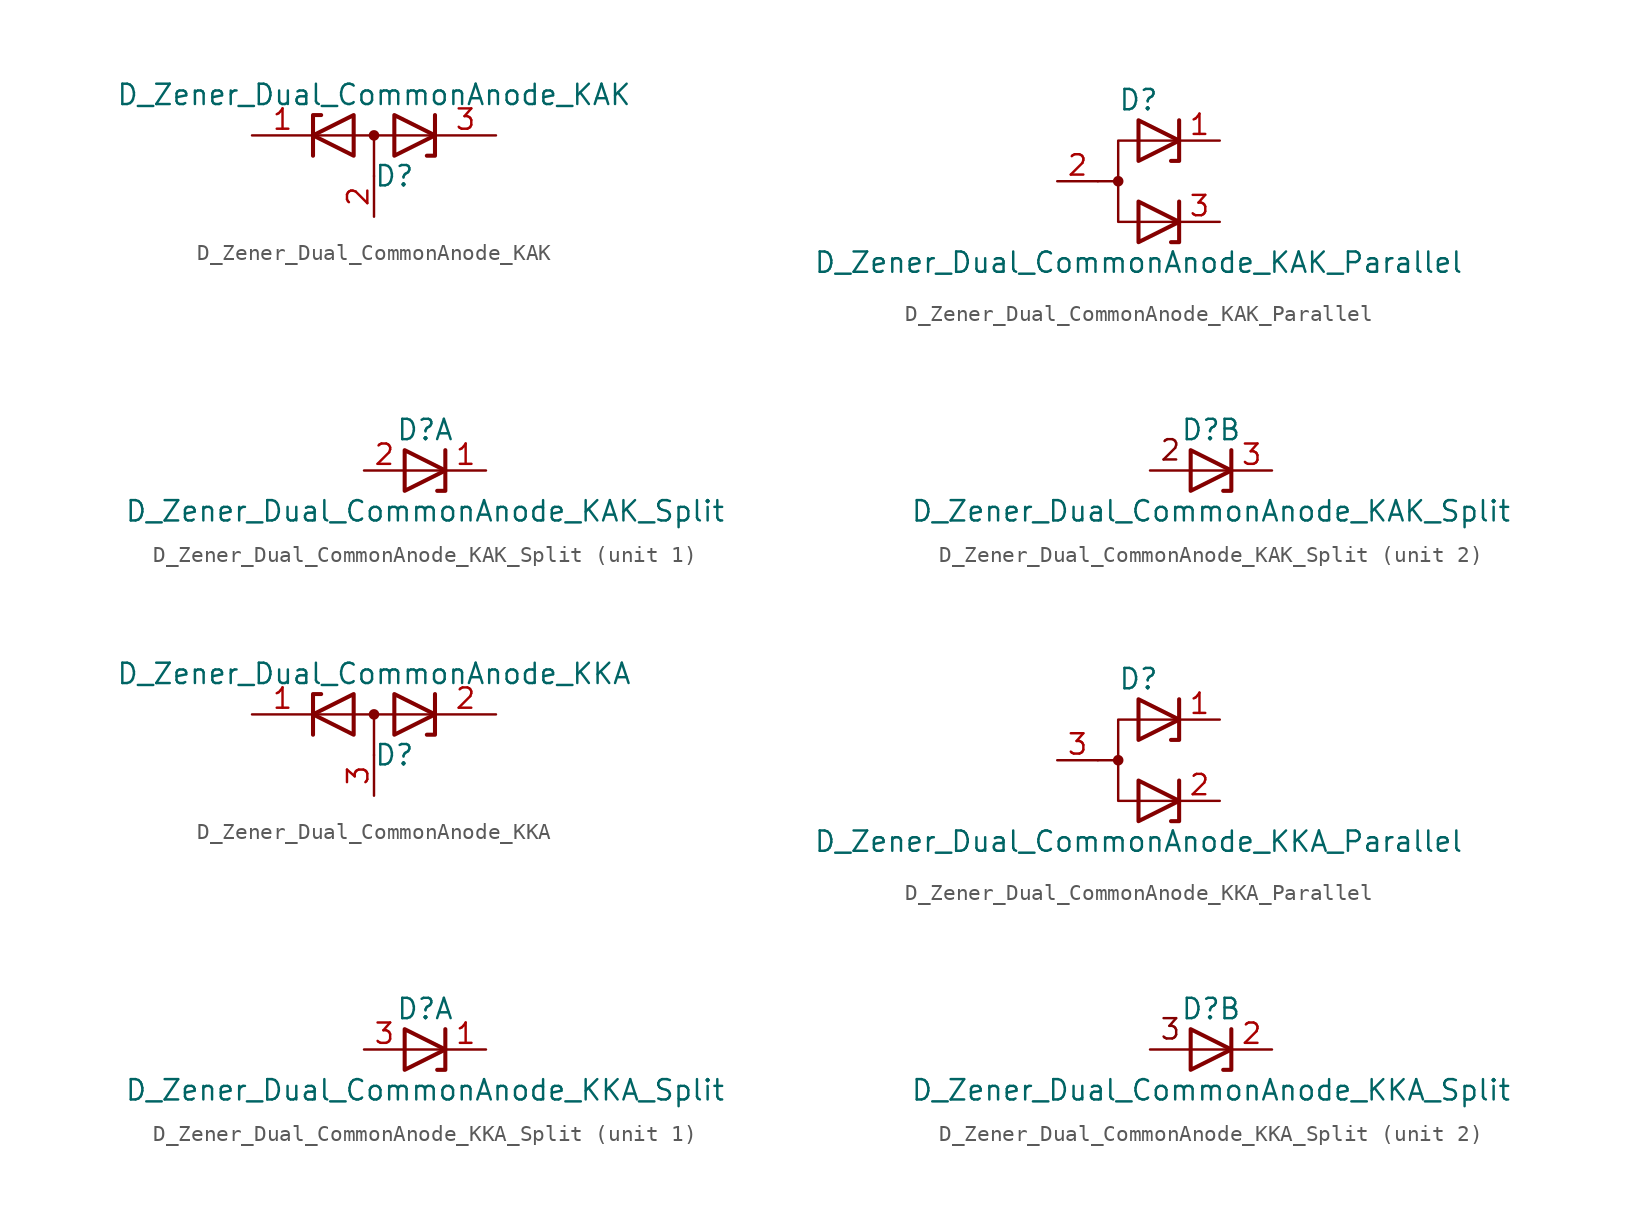
<source format=kicad_sym>
(kicad_symbol_lib
  (version 20201005)
  (generator kicad_symbol_editor)
  (symbol "D_Zener_Dual_CommonAnode_KAK"
    (pin_names
      (offset 0.762) hide)
    (property "Reference" "D"
      (at 1.27 -2.54 0)
      (effects (font (size 1.27 1.27))))
    (property "Value" "D_Zener_Dual_CommonAnode_KAK"
      (at 0 2.54 0)
      (effects (font (size 1.27 1.27))))
    (symbol "D_Zener_Dual_CommonAnode_KAK_0_1"
      (circle (center 0 0) (radius 0.254) (stroke (width 0)) (fill (type outline)))
      (polyline (pts (xy -3.556 0) (xy 3.81 0)) (stroke (width 0)) (fill (type none)))
      (polyline (pts (xy 0 0) (xy 0 -2.54)) (stroke (width 0)) (fill (type none)))
      (polyline (pts (xy -3.81 -1.27) (xy -3.81 1.27) (xy -3.302 1.27)) (stroke (width 0.254)) (fill (type none)))
      (polyline (pts (xy 3.302 -1.27) (xy 3.81 -1.27) (xy 3.81 1.27)) (stroke (width 0.254)) (fill (type none)))
      (polyline (pts (xy -1.27 -1.27) (xy -3.81 0) (xy -1.27 1.27) (xy -1.27 -1.27) (xy -1.27 -1.27) (xy -1.27 -1.27)) (stroke (width 0.254)) (fill (type none)))
      (polyline (pts (xy 1.27 1.27) (xy 3.81 0) (xy 1.27 -1.27) (xy 1.27 1.27) (xy 1.27 1.27) (xy 1.27 1.27)) (stroke (width 0.254)) (fill (type none)))
      (pin passive line (at -7.62 0 0) (length 3.81) (name "K" (effects (font (size 1.27 1.27)))) (number "1" (effects (font (size 1.27 1.27)))))
      (pin passive line (at 0 -5.08 90) (length 2.54) (name "A" (effects (font (size 1.27 1.27)))) (number "2" (effects (font (size 1.27 1.27)))))
      (pin passive line (at 7.62 0 180) (length 3.81) (name "K" (effects (font (size 1.27 1.27)))) (number "3" (effects (font (size 1.27 1.27)))))))
  (symbol "D_Zener_Dual_CommonAnode_KAK_Parallel"
    (pin_names
      (offset 0.762) hide)
    (property "Reference" "D"
      (at 0 5.08 0)
      (effects (font (size 1.27 1.27))))
    (property "Value" "D_Zener_Dual_CommonAnode_KAK_Parallel"
      (at 0 -5.08 0)
      (effects (font (size 1.27 1.27))))
    (symbol "D_Zener_Dual_CommonAnode_KAK_Parallel_0_0"
      (polyline (pts (xy 2.032 1.27) (xy 2.54 1.27) (xy 2.54 3.81)) (stroke (width 0.254)) (fill (type none)))
      (polyline (pts (xy 2.54 -1.27) (xy 2.54 -3.81) (xy 2.032 -3.81)) (stroke (width 0.254)) (fill (type none))))
    (symbol "D_Zener_Dual_CommonAnode_KAK_Parallel_0_1"
      (circle (center -1.27 0) (radius 0.254) (stroke (width 0)) (fill (type outline)))
      (polyline (pts (xy -1.27 0) (xy -2.54 0)) (stroke (width 0)) (fill (type none)))
      (polyline (pts (xy 2.54 2.54) (xy -1.27 2.54) (xy -1.27 -2.54) (xy 2.54 -2.54)) (stroke (width 0)) (fill (type none)))
      (polyline (pts (xy 0 -1.27) (xy 2.54 -2.54) (xy 0 -3.81) (xy 0 -1.27) (xy 0 -1.27) (xy 0 -1.27)) (stroke (width 0.254)) (fill (type none)))
      (polyline (pts (xy 0 3.81) (xy 2.54 2.54) (xy 0 1.27) (xy 0 3.81) (xy 0 3.81) (xy 0 3.81)) (stroke (width 0.254)) (fill (type none)))
      (pin passive line (at 5.08 2.54 180) (length 2.54) (name "K" (effects (font (size 1.27 1.27)))) (number "1" (effects (font (size 1.27 1.27)))))
      (pin passive line (at -5.08 0 0) (length 2.54) (name "A" (effects (font (size 1.27 1.27)))) (number "2" (effects (font (size 1.27 1.27)))))
      (pin passive line (at 5.08 -2.54 180) (length 2.54) (name "K" (effects (font (size 1.27 1.27)))) (number "3" (effects (font (size 1.27 1.27)))))))
  (symbol "D_Zener_Dual_CommonAnode_KAK_Split"
    (pin_names
      (offset 0.762) hide)
    (property "Reference" "D"
      (at 0 2.54 0)
      (effects (font (size 1.27 1.27))))
    (property "Value" "D_Zener_Dual_CommonAnode_KAK_Split"
      (at 0 -2.54 0)
      (effects (font (size 1.27 1.27))))
    (property "ki_locked" ""
      (at 0 0 0)
      (effects (font (size 1.27 1.27))))
    (symbol "D_Zener_Dual_CommonAnode_KAK_Split_0_0"
      (polyline (pts (xy 1.27 1.27) (xy 1.27 -1.27) (xy 0.762 -1.27)) (stroke (width 0.254)) (fill (type none))))
    (symbol "D_Zener_Dual_CommonAnode_KAK_Split_0_1"
      (polyline (pts (xy -1.27 1.27) (xy 1.27 0) (xy -1.27 -1.27) (xy -1.27 1.27) (xy -1.27 1.27) (xy -1.27 1.27)) (stroke (width 0.254)) (fill (type none))))
    (symbol "D_Zener_Dual_CommonAnode_KAK_Split_1_1"
      (polyline (pts (xy 1.27 0) (xy -1.27 0)) (stroke (width 0)) (fill (type none)))
      (pin passive line (at 3.81 0 180) (length 2.54) (name "K" (effects (font (size 1.27 1.27)))) (number "1" (effects (font (size 1.27 1.27)))))
      (pin passive line (at -3.81 0 0) (length 2.54) (name "A" (effects (font (size 1.27 1.27)))) (number "2" (effects (font (size 1.27 1.27))))))
    (symbol "D_Zener_Dual_CommonAnode_KAK_Split_2_0"
      (text "2" (at -2.54 1.27 0) (effects (font (size 1.27 1.27))))
      (polyline (pts (xy 1.27 0) (xy -3.81 0)) (stroke (width 0)) (fill (type none))))
    (symbol "D_Zener_Dual_CommonAnode_KAK_Split_2_1"
      (pin passive line (at 3.81 0 180) (length 2.54) (name "K" (effects (font (size 1.27 1.27)))) (number "3" (effects (font (size 1.27 1.27)))))))
  (symbol "D_Zener_Dual_CommonAnode_KKA"
    (pin_names
      (offset 0.762) hide)
    (property "Reference" "D"
      (at 1.27 -2.54 0)
      (effects (font (size 1.27 1.27))))
    (property "Value" "D_Zener_Dual_CommonAnode_KKA"
      (at 0 2.54 0)
      (effects (font (size 1.27 1.27))))
    (symbol "D_Zener_Dual_CommonAnode_KKA_0_1"
      (circle (center 0 0) (radius 0.254) (stroke (width 0)) (fill (type outline)))
      (polyline (pts (xy -3.556 0) (xy 3.81 0)) (stroke (width 0)) (fill (type none)))
      (polyline (pts (xy 0 0) (xy 0 -2.54)) (stroke (width 0)) (fill (type none)))
      (polyline (pts (xy -3.81 -1.27) (xy -3.81 1.27) (xy -3.302 1.27)) (stroke (width 0.254)) (fill (type none)))
      (polyline (pts (xy 3.302 -1.27) (xy 3.81 -1.27) (xy 3.81 1.27)) (stroke (width 0.254)) (fill (type none)))
      (polyline (pts (xy -1.27 -1.27) (xy -3.81 0) (xy -1.27 1.27) (xy -1.27 -1.27) (xy -1.27 -1.27) (xy -1.27 -1.27)) (stroke (width 0.254)) (fill (type none)))
      (polyline (pts (xy 1.27 1.27) (xy 3.81 0) (xy 1.27 -1.27) (xy 1.27 1.27) (xy 1.27 1.27) (xy 1.27 1.27)) (stroke (width 0.254)) (fill (type none)))
      (pin passive line (at -7.62 0 0) (length 3.81) (name "K" (effects (font (size 1.27 1.27)))) (number "1" (effects (font (size 1.27 1.27)))))
      (pin passive line (at 7.62 0 180) (length 3.81) (name "K" (effects (font (size 1.27 1.27)))) (number "2" (effects (font (size 1.27 1.27)))))
      (pin passive line (at 0 -5.08 90) (length 2.54) (name "A" (effects (font (size 1.27 1.27)))) (number "3" (effects (font (size 1.27 1.27)))))))
  (symbol "D_Zener_Dual_CommonAnode_KKA_Parallel"
    (pin_names
      (offset 0.762) hide)
    (property "Reference" "D"
      (at 0 5.08 0)
      (effects (font (size 1.27 1.27))))
    (property "Value" "D_Zener_Dual_CommonAnode_KKA_Parallel"
      (at 0 -5.08 0)
      (effects (font (size 1.27 1.27))))
    (symbol "D_Zener_Dual_CommonAnode_KKA_Parallel_0_0"
      (polyline (pts (xy 2.032 1.27) (xy 2.54 1.27) (xy 2.54 3.81)) (stroke (width 0.254)) (fill (type none)))
      (polyline (pts (xy 2.54 -1.27) (xy 2.54 -3.81) (xy 2.032 -3.81)) (stroke (width 0.254)) (fill (type none))))
    (symbol "D_Zener_Dual_CommonAnode_KKA_Parallel_0_1"
      (circle (center -1.27 0) (radius 0.254) (stroke (width 0)) (fill (type outline)))
      (polyline (pts (xy -1.27 0) (xy -2.54 0)) (stroke (width 0)) (fill (type none)))
      (polyline (pts (xy 2.54 2.54) (xy -1.27 2.54) (xy -1.27 -2.54) (xy 2.54 -2.54)) (stroke (width 0)) (fill (type none)))
      (polyline (pts (xy 0 -1.27) (xy 2.54 -2.54) (xy 0 -3.81) (xy 0 -1.27) (xy 0 -1.27) (xy 0 -1.27)) (stroke (width 0.254)) (fill (type none)))
      (polyline (pts (xy 0 3.81) (xy 2.54 2.54) (xy 0 1.27) (xy 0 3.81) (xy 0 3.81) (xy 0 3.81)) (stroke (width 0.254)) (fill (type none)))
      (pin passive line (at 5.08 2.54 180) (length 2.54) (name "K" (effects (font (size 1.27 1.27)))) (number "1" (effects (font (size 1.27 1.27)))))
      (pin passive line (at 5.08 -2.54 180) (length 2.54) (name "K" (effects (font (size 1.27 1.27)))) (number "2" (effects (font (size 1.27 1.27)))))
      (pin passive line (at -5.08 0 0) (length 2.54) (name "A" (effects (font (size 1.27 1.27)))) (number "3" (effects (font (size 1.27 1.27)))))))
  (symbol "D_Zener_Dual_CommonAnode_KKA_Split"
    (pin_names
      (offset 0.762) hide)
    (property "Reference" "D"
      (at 0 2.54 0)
      (effects (font (size 1.27 1.27))))
    (property "Value" "D_Zener_Dual_CommonAnode_KKA_Split"
      (at 0 -2.54 0)
      (effects (font (size 1.27 1.27))))
    (property "ki_locked" ""
      (at 0 0 0)
      (effects (font (size 1.27 1.27))))
    (symbol "D_Zener_Dual_CommonAnode_KKA_Split_0_0"
      (polyline (pts (xy 1.27 1.27) (xy 1.27 -1.27) (xy 0.762 -1.27)) (stroke (width 0.254)) (fill (type none))))
    (symbol "D_Zener_Dual_CommonAnode_KKA_Split_0_1"
      (polyline (pts (xy -1.27 1.27) (xy 1.27 0) (xy -1.27 -1.27) (xy -1.27 1.27) (xy -1.27 1.27) (xy -1.27 1.27)) (stroke (width 0.254)) (fill (type none))))
    (symbol "D_Zener_Dual_CommonAnode_KKA_Split_1_1"
      (polyline (pts (xy 1.27 0) (xy -1.27 0)) (stroke (width 0)) (fill (type none)))
      (pin passive line (at 3.81 0 180) (length 2.54) (name "K" (effects (font (size 1.27 1.27)))) (number "1" (effects (font (size 1.27 1.27)))))
      (pin passive line (at -3.81 0 0) (length 2.54) (name "A" (effects (font (size 1.27 1.27)))) (number "3" (effects (font (size 1.27 1.27))))))
    (symbol "D_Zener_Dual_CommonAnode_KKA_Split_2_0"
      (text "3" (at -2.54 1.27 0) (effects (font (size 1.27 1.27))))
      (polyline (pts (xy 1.27 0) (xy -3.81 0)) (stroke (width 0)) (fill (type none))))
    (symbol "D_Zener_Dual_CommonAnode_KKA_Split_2_1"
      (pin passive line (at 3.81 0 180) (length 2.54) (name "K" (effects (font (size 1.27 1.27)))) (number "2" (effects (font (size 1.27 1.27))))))))
</source>
